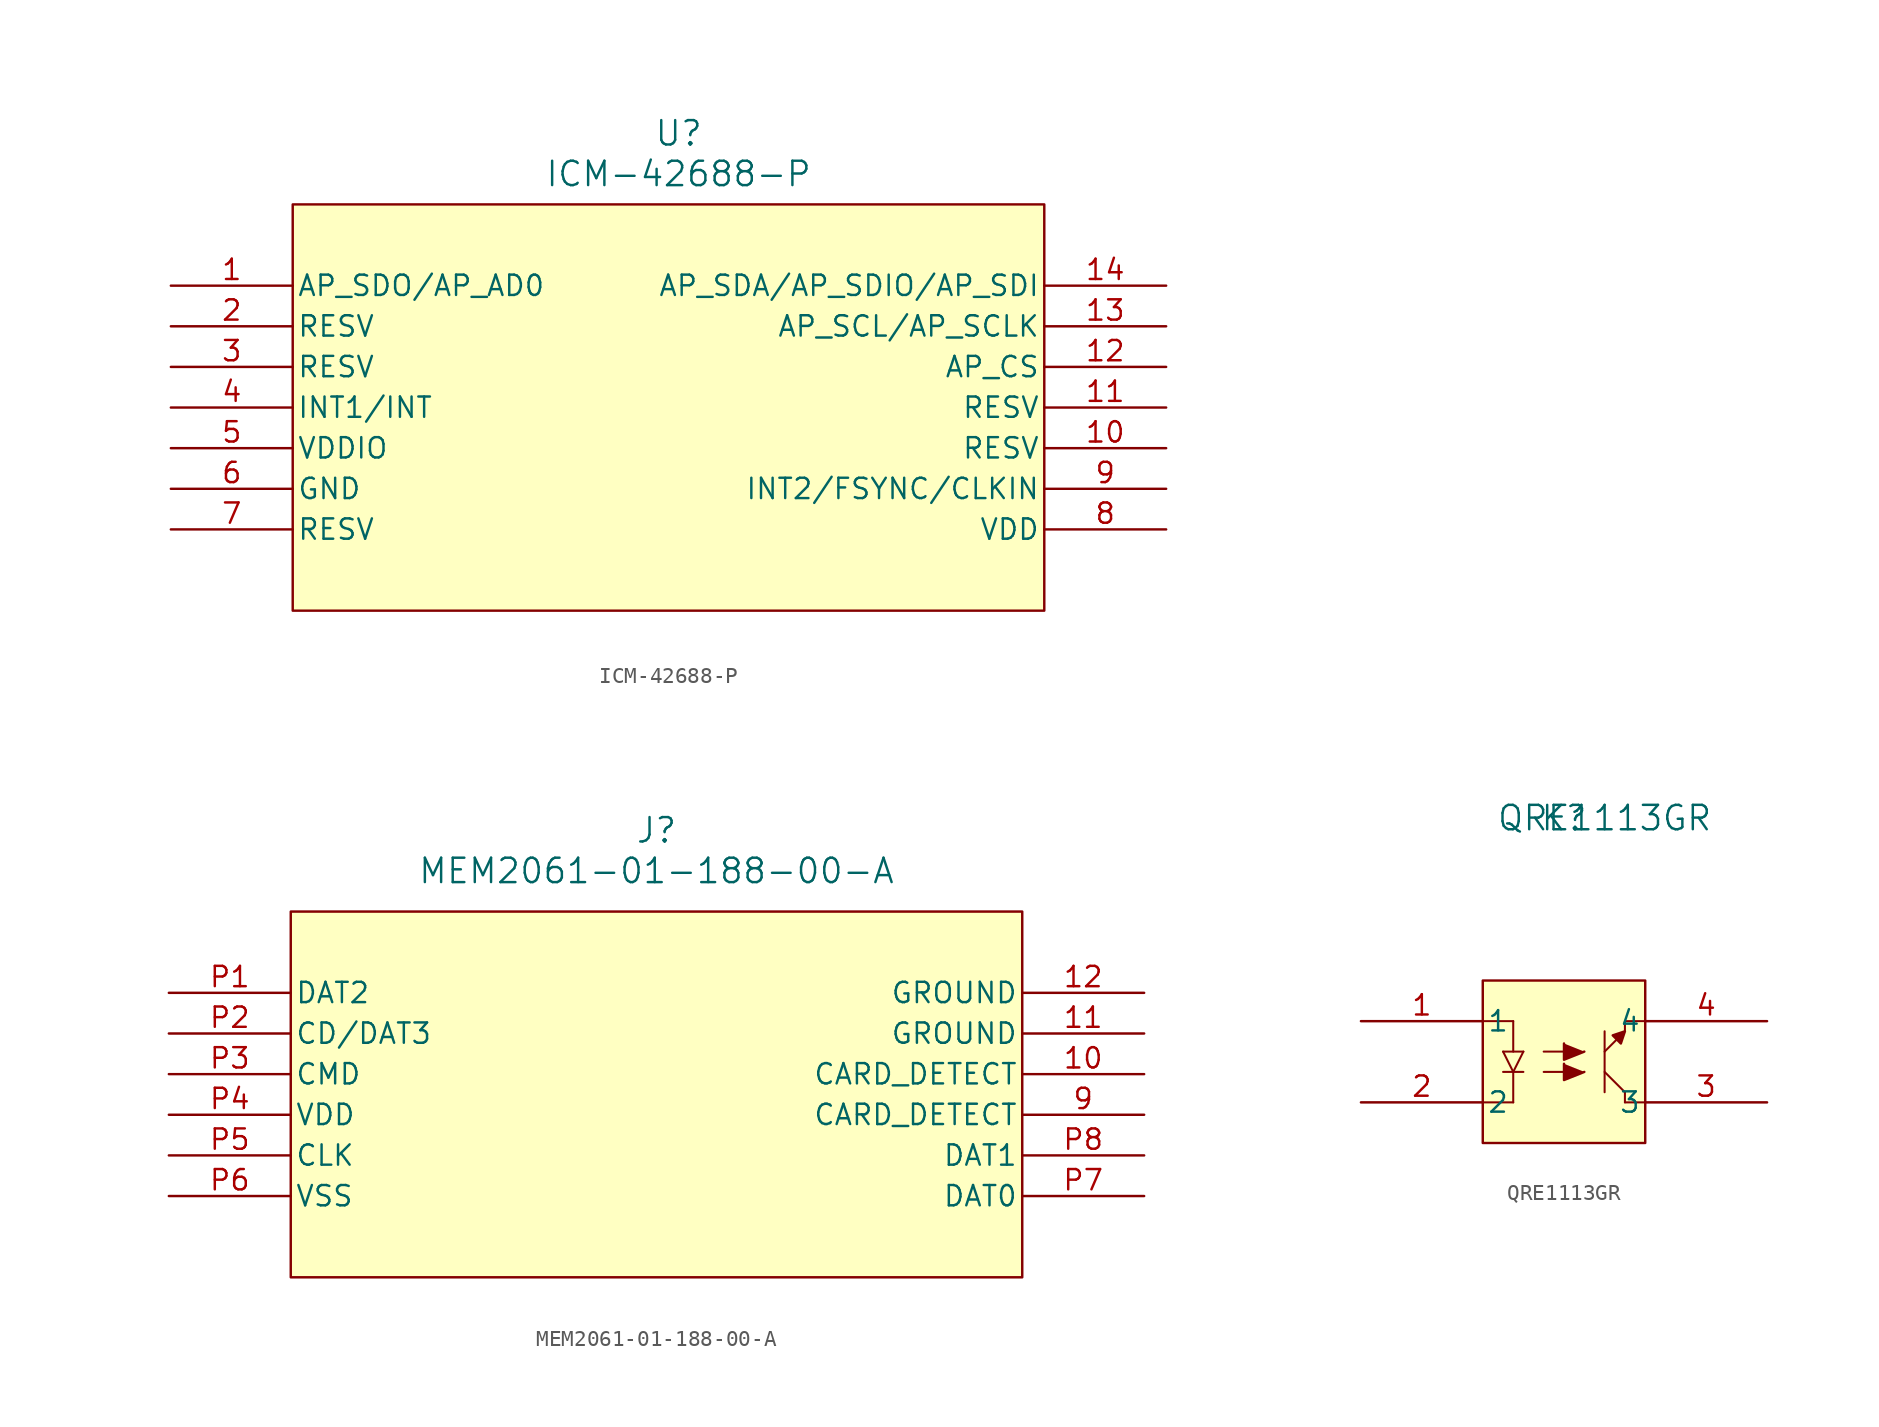
<source format=kicad_sym>
(kicad_symbol_lib
  (version 20220914)
  (generator kicad_symbol_editor)
  (symbol "ICM-42688-P"
    (pin_names
      (offset 0.254))
    (property "Reference" "U"
      (at 31.75 9.525 0)
      (effects (font (size 1.524 1.524))))
    (property "Value" "ICM-42688-P"
      (at 31.75 6.985 0)
      (effects (font (size 1.524 1.524))))
    (symbol "ICM-42688-P_0_1"
      (pin bidirectional line (at 0 0 0) (length 7.62) (name "AP_SDO/AP_AD0" (effects (font (size 1.27 1.27)))) (number "1" (effects (font (size 1.27 1.27)))))
      (pin bidirectional line (at 0 -7.62 0) (length 7.62) (name "INT1/INT" (effects (font (size 1.27 1.27)))) (number "4" (effects (font (size 1.27 1.27)))))
      (pin power_in line (at 0 -10.16 0) (length 7.62) (name "VDDIO" (effects (font (size 1.27 1.27)))) (number "5" (effects (font (size 1.27 1.27)))))
      (pin power_out line (at 0 -12.7 0) (length 7.62) (name "GND" (effects (font (size 1.27 1.27)))) (number "6" (effects (font (size 1.27 1.27)))))
      (pin power_in line (at 62.23 -15.24 180) (length 7.62) (name "VDD" (effects (font (size 1.27 1.27)))) (number "8" (effects (font (size 1.27 1.27)))))
      (pin bidirectional line (at 62.23 -12.7 180) (length 7.62) (name "INT2/FSYNC/CLKIN" (effects (font (size 1.27 1.27)))) (number "9" (effects (font (size 1.27 1.27))))))
    (symbol "ICM-42688-P_1_1"
      (rectangle (start 7.62 5.08) (end 54.61 -20.32) (stroke (width 0) (type default)) (fill (type background)))
      (pin passive line (at 62.23 -10.16 180) (length 7.62) (name "RESV" (effects (font (size 1.27 1.27)))) (number "10" (effects (font (size 1.27 1.27)))))
      (pin passive line (at 62.23 -7.62 180) (length 7.62) (name "RESV" (effects (font (size 1.27 1.27)))) (number "11" (effects (font (size 1.27 1.27)))))
      (pin passive line (at 62.23 -5.08 180) (length 7.62) (name "AP_CS" (effects (font (size 1.27 1.27)))) (number "12" (effects (font (size 1.27 1.27)))))
      (pin passive line (at 62.23 -2.54 180) (length 7.62) (name "AP_SCL/AP_SCLK" (effects (font (size 1.27 1.27)))) (number "13" (effects (font (size 1.27 1.27)))))
      (pin passive line (at 62.23 0 180) (length 7.62) (name "AP_SDA/AP_SDIO/AP_SDI" (effects (font (size 1.27 1.27)))) (number "14" (effects (font (size 1.27 1.27)))))
      (pin passive line (at 0 -2.54 0) (length 7.62) (name "RESV" (effects (font (size 1.27 1.27)))) (number "2" (effects (font (size 1.27 1.27)))))
      (pin passive line (at 0 -5.08 0) (length 7.62) (name "RESV" (effects (font (size 1.27 1.27)))) (number "3" (effects (font (size 1.27 1.27)))))
      (pin passive line (at 0 -15.24 0) (length 7.62) (name "RESV" (effects (font (size 1.27 1.27)))) (number "7" (effects (font (size 1.27 1.27)))))))
  (symbol "MEM2061-01-188-00-A"
    (pin_names
      (offset 0.254))
    (property "Reference" "J"
      (at 30.48 10.16 0)
      (effects (font (size 1.524 1.524))))
    (property "Value" "MEM2061-01-188-00-A"
      (at 30.48 7.62 0)
      (effects (font (size 1.524 1.524))))
    (symbol "MEM2061-01-188-00-A_0_1"
      (pin unspecified line (at 60.96 -5.08 180) (length 7.62) (name "CARD_DETECT" (effects (font (size 1.27 1.27)))) (number "10" (effects (font (size 1.27 1.27)))))
      (pin unspecified line (at 60.96 -7.62 180) (length 7.62) (name "CARD_DETECT" (effects (font (size 1.27 1.27)))) (number "9" (effects (font (size 1.27 1.27)))))
      (pin bidirectional line (at 0 0 0) (length 7.62) (name "DAT2" (effects (font (size 1.27 1.27)))) (number "P1" (effects (font (size 1.27 1.27)))))
      (pin bidirectional line (at 0 -2.54 0) (length 7.62) (name "CD/DAT3" (effects (font (size 1.27 1.27)))) (number "P2" (effects (font (size 1.27 1.27)))))
      (pin bidirectional line (at 0 -5.08 0) (length 7.62) (name "CMD" (effects (font (size 1.27 1.27)))) (number "P3" (effects (font (size 1.27 1.27)))))
      (pin power_in line (at 0 -7.62 0) (length 7.62) (name "VDD" (effects (font (size 1.27 1.27)))) (number "P4" (effects (font (size 1.27 1.27)))))
      (pin bidirectional line (at 60.96 -12.7 180) (length 7.62) (name "DAT0" (effects (font (size 1.27 1.27)))) (number "P7" (effects (font (size 1.27 1.27)))))
      (pin bidirectional line (at 60.96 -10.16 180) (length 7.62) (name "DAT1" (effects (font (size 1.27 1.27)))) (number "P8" (effects (font (size 1.27 1.27))))))
    (symbol "MEM2061-01-188-00-A_1_1"
      (rectangle (start 7.62 5.08) (end 53.34 -17.78) (stroke (width 0) (type default)) (fill (type background)))
      (pin passive line (at 60.96 -2.54 180) (length 7.62) (name "GROUND" (effects (font (size 1.27 1.27)))) (number "11" (effects (font (size 1.27 1.27)))))
      (pin passive line (at 60.96 0 180) (length 7.62) (name "GROUND" (effects (font (size 1.27 1.27)))) (number "12" (effects (font (size 1.27 1.27)))))
      (pin passive line (at 0 -10.16 0) (length 7.62) (name "CLK" (effects (font (size 1.27 1.27)))) (number "P5" (effects (font (size 1.27 1.27)))))
      (pin passive line (at 0 -12.7 0) (length 7.62) (name "VSS" (effects (font (size 1.27 1.27)))) (number "P6" (effects (font (size 1.27 1.27)))))))
  (symbol "QRE1113GR"
    (pin_names
      (offset 0.254))
    (property "Reference" "K"
      (at 12.7 12.7 0)
      (effects (font (size 1.524 1.524))))
    (property "Value" "QRE1113GR"
      (at 15.24 12.7 0)
      (effects (font (size 1.524 1.524))))
    (property "ki_locked" ""
      (at 0 0 0)
      (effects (font (size 1.27 1.27))))
    (symbol "QRE1113GR_0_1"
      (polyline (pts (xy 7.62 -5.08) (xy 9.525 -5.08)) (stroke (width 0.127) (type default)) (fill (type none)))
      (polyline (pts (xy 7.62 0) (xy 9.525 0)) (stroke (width 0.127) (type default)) (fill (type none)))
      (polyline (pts (xy 8.89 -1.905) (xy 9.525 -3.175)) (stroke (width 0.127) (type default)) (fill (type none)))
      (polyline (pts (xy 9.525 -3.175) (xy 9.525 -5.08)) (stroke (width 0.127) (type default)) (fill (type none)))
      (polyline (pts (xy 9.525 -3.175) (xy 10.16 -1.905)) (stroke (width 0.127) (type default)) (fill (type none)))
      (polyline (pts (xy 9.525 -1.905) (xy 9.525 0)) (stroke (width 0.127) (type default)) (fill (type none)))
      (polyline (pts (xy 10.16 -3.175) (xy 8.89 -3.175)) (stroke (width 0.127) (type default)) (fill (type none)))
      (polyline (pts (xy 10.16 -1.905) (xy 8.89 -1.905)) (stroke (width 0.127) (type default)) (fill (type none)))
      (polyline (pts (xy 11.43 -3.175) (xy 12.7 -3.175)) (stroke (width 0.127) (type default)) (fill (type none)))
      (polyline (pts (xy 11.43 -1.905) (xy 12.7 -1.905)) (stroke (width 0.127) (type default)) (fill (type none)))
      (polyline (pts (xy 15.24 -1.905) (xy 16.192 -0.953)) (stroke (width 0.127) (type default)) (fill (type none)))
      (polyline (pts (xy 15.24 -0.635) (xy 15.24 -4.445)) (stroke (width 0.127) (type default)) (fill (type none)))
      (polyline (pts (xy 16.51 -5.08) (xy 17.78 -5.08)) (stroke (width 0.127) (type default)) (fill (type none)))
      (polyline (pts (xy 16.51 -4.445) (xy 15.24 -3.175)) (stroke (width 0.127) (type default)) (fill (type none)))
      (polyline (pts (xy 16.51 -4.445) (xy 16.51 -5.08)) (stroke (width 0.127) (type default)) (fill (type none)))
      (polyline (pts (xy 16.51 0) (xy 16.51 -0.635)) (stroke (width 0.127) (type default)) (fill (type none)))
      (polyline (pts (xy 16.51 0) (xy 17.78 0)) (stroke (width 0.127) (type default)) (fill (type none)))
      (polyline (pts (xy 13.97 -3.175) (xy 12.7 -3.683) (xy 12.7 -2.667)) (stroke (width 0) (type default)) (fill (type outline)))
      (polyline (pts (xy 13.97 -1.905) (xy 12.7 -2.413) (xy 12.7 -1.397)) (stroke (width 0) (type default)) (fill (type outline)))
      (polyline (pts (xy 16.51 -0.635) (xy 15.748 -0.889) (xy 16.256 -1.397) (xy 16.51 -0.635)) (stroke (width 0) (type default)) (fill (type outline))))
    (symbol "QRE1113GR_1_1"
      (rectangle (start 7.62 2.54) (end 17.78 -7.62) (stroke (width 0) (type default)) (fill (type background)))
      (pin passive line (at 0 0 0) (length 7.62) (name "1" (effects (font (size 1.27 1.27)))) (number "1" (effects (font (size 1.27 1.27)))))
      (pin passive line (at 0 -5.08 0) (length 7.62) (name "2" (effects (font (size 1.27 1.27)))) (number "2" (effects (font (size 1.27 1.27)))))
      (pin passive line (at 25.4 -5.08 180) (length 7.62) (name "3" (effects (font (size 1.27 1.27)))) (number "3" (effects (font (size 1.27 1.27)))))
      (pin passive line (at 25.4 0 180) (length 7.62) (name "4" (effects (font (size 1.27 1.27)))) (number "4" (effects (font (size 1.27 1.27))))))))
</source>
